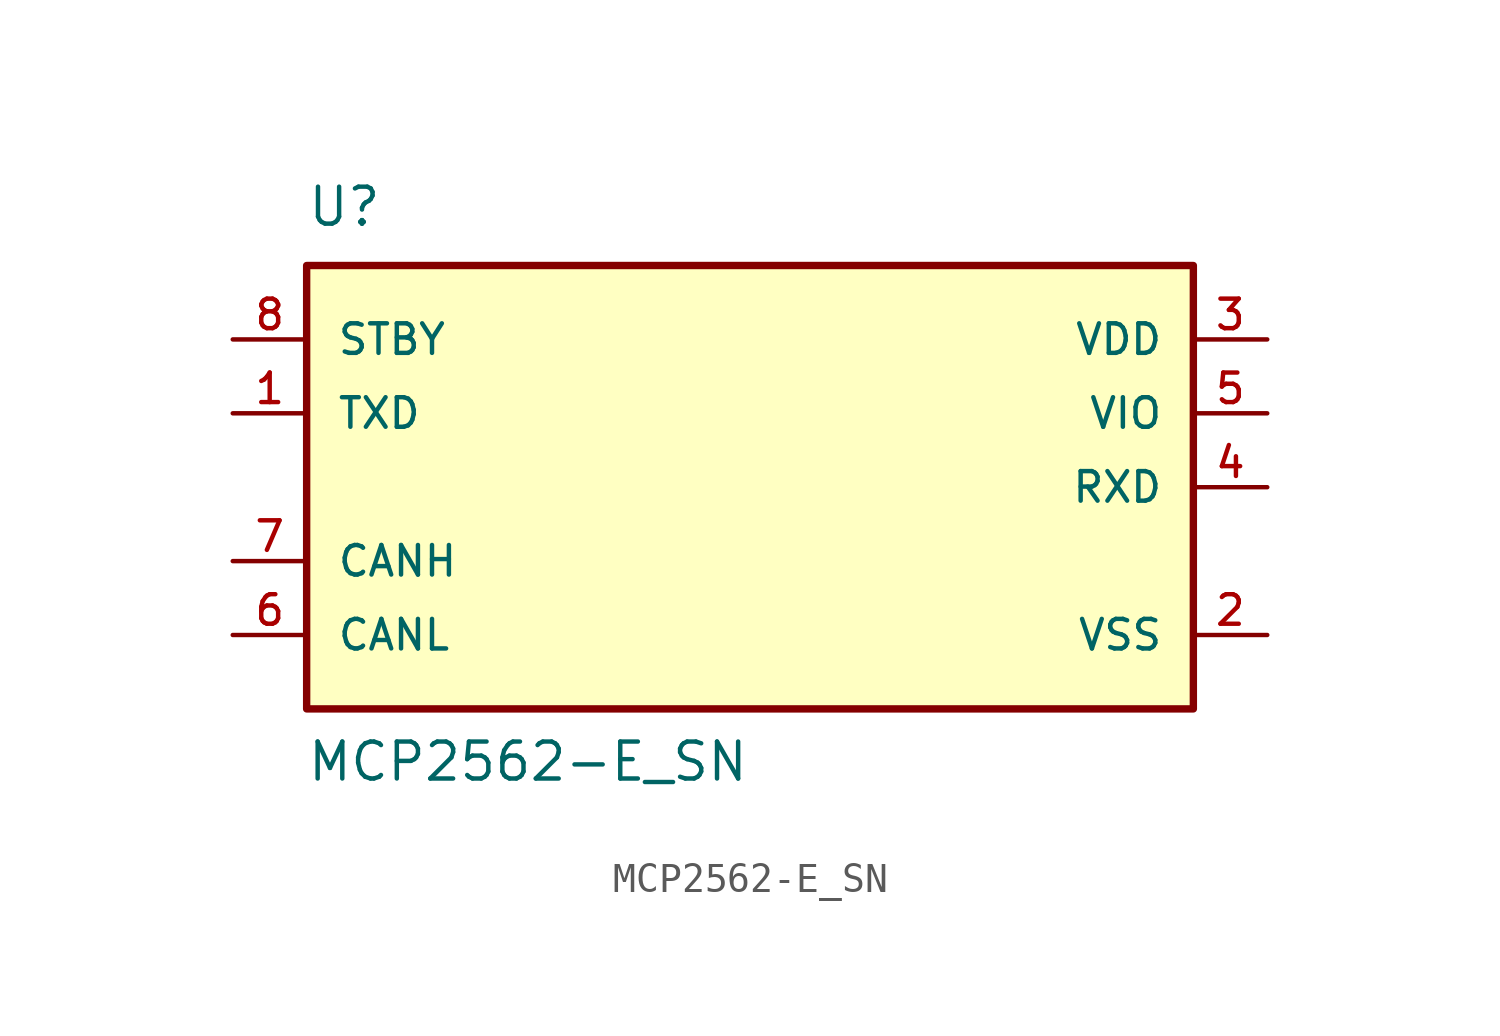
<source format=kicad_sym>
(kicad_symbol_lib
  (version 20211014)
  (generator kicad_symbol_editor)
  (symbol "MCP2562-E_SN"
    (pin_names
      (offset 1.016))
    (property "Reference" "U"
      (at -15.252 8.897 0)
      (effects (font (size 1.27 1.27)) (justify bottom left)))
    (property "Value" "MCP2562-E_SN"
      (at -15.264 -10.176 0)
      (effects (font (size 1.27 1.27)) (justify bottom left)))
    (symbol "MCP2562-E_SN_0_0"
      (rectangle (start -15.24 -7.62) (end 15.24 7.62) (stroke (width 0.254)) (fill (type background)))
      (pin output line (at 17.78 0.0 180.0) (length 2.54) (name "RXD" (effects (font (size 1.016 1.016)))) (number "4" (effects (font (size 1.016 1.016)))))
      (pin input line (at -17.78 -5.08 0) (length 2.54) (name "CANL" (effects (font (size 1.016 1.016)))) (number "6" (effects (font (size 1.016 1.016)))))
      (pin input line (at -17.78 -2.54 0) (length 2.54) (name "CANH" (effects (font (size 1.016 1.016)))) (number "7" (effects (font (size 1.016 1.016)))))
      (pin power_in line (at 17.78 -5.08 180.0) (length 2.54) (name "VSS" (effects (font (size 1.016 1.016)))) (number "2" (effects (font (size 1.016 1.016)))))
      (pin input line (at -17.78 5.08 0) (length 2.54) (name "STBY" (effects (font (size 1.016 1.016)))) (number "8" (effects (font (size 1.016 1.016)))))
      (pin input line (at -17.78 2.54 0) (length 2.54) (name "TXD" (effects (font (size 1.016 1.016)))) (number "1" (effects (font (size 1.016 1.016)))))
      (pin power_in line (at 17.78 2.54 180.0) (length 2.54) (name "VIO" (effects (font (size 1.016 1.016)))) (number "5" (effects (font (size 1.016 1.016)))))
      (pin power_in line (at 17.78 5.08 180.0) (length 2.54) (name "VDD" (effects (font (size 1.016 1.016)))) (number "3" (effects (font (size 1.016 1.016))))))))
</source>
